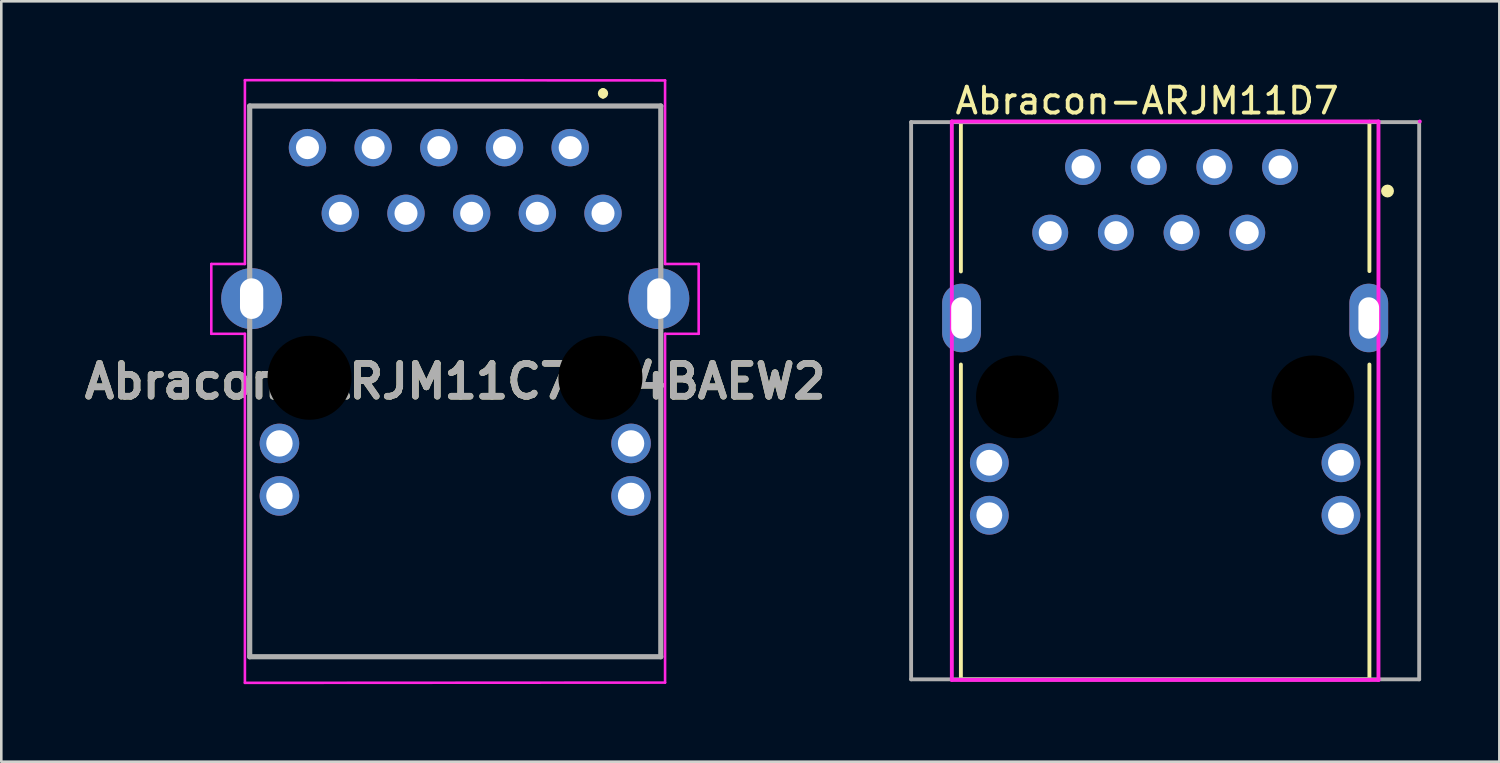
<source format=kicad_pcb>
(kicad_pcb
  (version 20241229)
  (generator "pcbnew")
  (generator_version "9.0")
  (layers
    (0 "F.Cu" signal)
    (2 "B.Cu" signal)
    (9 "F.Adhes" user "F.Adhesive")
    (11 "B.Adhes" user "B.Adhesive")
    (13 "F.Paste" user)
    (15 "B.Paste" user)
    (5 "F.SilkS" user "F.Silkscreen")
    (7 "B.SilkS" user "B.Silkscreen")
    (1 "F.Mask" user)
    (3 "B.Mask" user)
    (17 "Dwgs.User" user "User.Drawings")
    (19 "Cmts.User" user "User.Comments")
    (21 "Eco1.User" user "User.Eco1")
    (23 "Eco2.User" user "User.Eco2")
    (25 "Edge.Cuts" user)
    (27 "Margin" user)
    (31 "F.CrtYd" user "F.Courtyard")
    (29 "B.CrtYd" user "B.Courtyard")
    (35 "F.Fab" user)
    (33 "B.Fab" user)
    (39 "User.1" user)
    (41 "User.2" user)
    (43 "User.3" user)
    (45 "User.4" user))
  (footprint "Abracon-ARJM11C7114BAEW2"
    (layer "F.Cu")
    (at 20.272 2.66)
    (property "Reference" "Abracon-ARJM11C7114BAEW2" (at -5.715 9.04 0) (layer "F.SilkS") (effects (font (size 1.27 1.27) (thickness 0.254))))
    (attr through_hole)
    (fp_line (start -13.665 -1.61) (end 2.16 -1.61) (stroke (width 0.1) (type solid)) (layer "F.SilkS"))
    (fp_line (start -13.665 -1.5) (end -13.665 -1.61) (stroke (width 0.1) (type solid)) (layer "F.SilkS"))
    (fp_line (start -13.665 4) (end -13.665 -1.5) (stroke (width 0.1) (type solid)) (layer "F.SilkS"))
    (fp_line (start -13.665 7.5) (end -13.665 19.69) (stroke (width 0.1) (type solid)) (layer "F.SilkS"))
    (fp_line (start -13.665 19.69) (end 2.235 19.69) (stroke (width 0.1) (type solid)) (layer "F.SilkS"))
    (fp_line (start 0 -2.2) (end 0 -2.2) (stroke (width 0.2) (type solid)) (layer "F.SilkS"))
    (fp_line (start 0 -2) (end 0 -2) (stroke (width 0.2) (type solid)) (layer "F.SilkS"))
    (fp_line (start 2.16 -1.61) (end 2.235 -1.61) (stroke (width 0.1) (type solid)) (layer "F.SilkS"))
    (fp_line (start 2.235 -1.61) (end 2.235 4) (stroke (width 0.1) (type solid)) (layer "F.SilkS"))
    (fp_line (start 2.235 19.69) (end 2.235 7.5) (stroke (width 0.1) (type solid)) (layer "F.SilkS"))
    (fp_arc (start 0 -2.2) (mid 0.1 -2.1) (end 0 -2) (stroke (width 0.2) (type solid)) (layer "F.SilkS"))
    (fp_arc (start 0 -2) (mid -0.1 -2.1) (end 0 -2.2) (stroke (width 0.2) (type solid)) (layer "F.SilkS"))
    (fp_line (start -15.15 4.5) (end -15.15 7.2) (stroke (width 0.1) (type solid)) (layer "F.CrtYd"))
    (fp_line (start -15.15 4.5) (end -13.85 4.5) (stroke (width 0.1) (type default)) (layer "F.CrtYd"))
    (fp_line (start -15.15 7.2) (end -13.85 7.2) (stroke (width 0.1) (type default)) (layer "F.CrtYd"))
    (fp_line (start -13.85 -2.61) (end 2.4 -2.6) (stroke (width 0.1) (type solid)) (layer "F.CrtYd"))
    (fp_line (start -13.85 4.5) (end -13.85 -2.61) (stroke (width 0.1) (type solid)) (layer "F.CrtYd"))
    (fp_line (start -13.85 7.2) (end -13.85 20.7) (stroke (width 0.1) (type default)) (layer "F.CrtYd"))
    (fp_line (start 2.4 4.5) (end 2.4 -2.6) (stroke (width 0.1) (type solid)) (layer "F.CrtYd"))
    (fp_line (start 2.4 4.5) (end 3.7 4.5) (stroke (width 0.1) (type default)) (layer "F.CrtYd"))
    (fp_line (start 2.4 7.2) (end 2.4 20.69) (stroke (width 0.1) (type solid)) (layer "F.CrtYd"))
    (fp_line (start 2.4 7.2) (end 3.7 7.2) (stroke (width 0.1) (type default)) (layer "F.CrtYd"))
    (fp_line (start 2.4 20.69) (end -13.85 20.7) (stroke (width 0.1) (type solid)) (layer "F.CrtYd"))
    (fp_line (start 3.7 4.5) (end 3.7 7.2) (stroke (width 0.1) (type solid)) (layer "F.CrtYd"))
    (fp_line (start -13.665 -1.61) (end 2.235 -1.61) (stroke (width 0.2) (type solid)) (layer "F.Fab"))
    (fp_line (start -13.665 19.69) (end -13.665 -1.61) (stroke (width 0.2) (type solid)) (layer "F.Fab"))
    (fp_line (start 2.235 -1.61) (end 2.235 19.69) (stroke (width 0.2) (type solid)) (layer "F.Fab"))
    (fp_line (start 2.235 19.69) (end -13.665 19.69) (stroke (width 0.2) (type solid)) (layer "F.Fab"))
    (fp_text user "${REFERENCE}" (at -5.715 9.04 0) (layer "F.Fab") (effects (font (size 1.27 1.27) (thickness 0.254))))
    (pad "" np_thru_hole circle (at -11.35 8.9) (size 3.25 3.25) (drill 3.25) (layers "*.Mask"))
    (pad "" np_thru_hole circle (at -0.1 8.9) (size 3.25 3.25) (drill 3.25) (layers "*.Mask"))
    (pad "1" thru_hole circle (at 0 2.54) (size 1.446 1.446) (drill 0.89) (layers "*.Cu" "*.Mask"))
    (pad "2" thru_hole circle (at -1.27 0) (size 1.446 1.446) (drill 0.89) (layers "*.Cu" "*.Mask"))
    (pad "3" thru_hole circle (at -2.54 2.54) (size 1.446 1.446) (drill 0.89) (layers "*.Cu" "*.Mask"))
    (pad "4" thru_hole circle (at -3.81 0) (size 1.446 1.446) (drill 0.89) (layers "*.Cu" "*.Mask"))
    (pad "5" thru_hole circle (at -5.08 2.54) (size 1.446 1.446) (drill 0.89) (layers "*.Cu" "*.Mask"))
    (pad "6" thru_hole circle (at -6.35 0) (size 1.446 1.446) (drill 0.89) (layers "*.Cu" "*.Mask"))
    (pad "7" thru_hole circle (at -7.62 2.54) (size 1.446 1.446) (drill 0.89) (layers "*.Cu" "*.Mask"))
    (pad "8" thru_hole circle (at -8.89 0) (size 1.446 1.446) (drill 0.89) (layers "*.Cu" "*.Mask"))
    (pad "9" thru_hole circle (at -10.16 2.54) (size 1.446 1.446) (drill 0.89) (layers "*.Cu" "*.Mask"))
    (pad "10" thru_hole circle (at -11.43 0) (size 1.446 1.446) (drill 0.89) (layers "*.Cu" "*.Mask"))
    (pad "11" thru_hole circle (at 1.085 11.44) (size 1.53 1.53) (drill 1.02) (layers "*.Cu" "*.Mask"))
    (pad "12" thru_hole circle (at 1.085 13.47) (size 1.53 1.53) (drill 1.02) (layers "*.Cu" "*.Mask"))
    (pad "13" thru_hole circle (at -12.515 11.44) (size 1.53 1.53) (drill 1.02) (layers "*.Cu" "*.Mask"))
    (pad "14" thru_hole circle (at -12.515 13.47) (size 1.53 1.53) (drill 1.02) (layers "*.Cu" "*.Mask"))
    (pad "15" thru_hole circle (at -13.59 5.84) (size 2.355 2.355) (drill oval 0.9 1.57) (layers "*.Cu" "*.Mask"))
    (pad "15" thru_hole circle (at 2.16 5.84) (size 2.355 2.355) (drill oval 0.9 1.57) (layers "*.Cu" "*.Mask")))
  (footprint "Abracon-ARJM11D7"
    (layer "F.Cu")
    (at 42.013 12.448)
    (property "Reference" "Abracon-ARJM11D7" (at -8.2 -11.6 0) (layer "F.SilkS") (effects (font (size 1 1) (thickness 0.15)) (justify left)))
    (attr through_hole)
    (fp_line (start -7.9 -10.775) (end 7.9 -10.775) (stroke (width 0.15) (type solid)) (layer "F.SilkS"))
    (fp_line (start -7.9 -5) (end -7.9 -10.775) (stroke (width 0.15) (type solid)) (layer "F.SilkS"))
    (fp_line (start -7.9 10.775) (end -7.9 -1.4) (stroke (width 0.15) (type solid)) (layer "F.SilkS"))
    (fp_line (start -7.9 10.775) (end 7.9 10.775) (stroke (width 0.15) (type solid)) (layer "F.SilkS"))
    (fp_line (start 7.9 -5.013) (end 7.9 -10.787) (stroke (width 0.15) (type solid)) (layer "F.SilkS"))
    (fp_line (start 7.9 10.775) (end 7.9 -1.4) (stroke (width 0.15) (type solid)) (layer "F.SilkS"))
    (fp_circle (center 8.6 -8.11) (end 8.725 -8.11) (stroke (width 0.25) (type solid)) (fill no) (layer "F.SilkS"))
    (fp_line (start -8.25 -10.8) (end -8.25 10.8) (stroke (width 0.15) (type solid)) (layer "F.CrtYd"))
    (fp_line (start -8.25 10.8) (end 8.25 10.8) (stroke (width 0.15) (type solid)) (layer "F.CrtYd"))
    (fp_line (start 8.25 -10.8) (end -8.25 -10.8) (stroke (width 0.15) (type solid)) (layer "F.CrtYd"))
    (fp_line (start 8.25 10.8) (end 8.25 -10.8) (stroke (width 0.15) (type solid)) (layer "F.CrtYd"))
    (fp_line (start 9.85 -10.8) (end 9.85 -10.8) (stroke (width 0.15) (type solid)) (layer "F.CrtYd"))
    (fp_line (start -9.825 -10.775) (end 9.825 -10.775) (stroke (width 0.15) (type solid)) (layer "F.Fab"))
    (fp_line (start -9.825 10.775) (end -9.825 -10.775) (stroke (width 0.15) (type solid)) (layer "F.Fab"))
    (fp_line (start 9.825 -10.775) (end 9.825 10.775) (stroke (width 0.15) (type solid)) (layer "F.Fab"))
    (fp_line (start 9.825 10.775) (end -9.825 10.775) (stroke (width 0.15) (type solid)) (layer "F.Fab"))
    (pad "" np_thru_hole circle (at -5.715 -0.15) (size 3.25 3.25) (drill 3.2) (layers "*.Mask"))
    (pad "" np_thru_hole circle (at 5.715 -0.15) (size 3.25 3.25) (drill 3.2) (layers "*.Mask"))
    (pad "1" thru_hole circle (at 4.445 -9.04) (size 1.39 1.39) (drill 0.89) (layers "*.Cu" "*.Mask"))
    (pad "2" thru_hole circle (at 3.175 -6.5) (size 1.39 1.39) (drill 0.89) (layers "*.Cu" "*.Mask"))
    (pad "3" thru_hole circle (at 1.905 -9.04) (size 1.39 1.39) (drill 0.89) (layers "*.Cu" "*.Mask"))
    (pad "4" thru_hole circle (at 0.635 -6.5) (size 1.39 1.39) (drill 0.89) (layers "*.Cu" "*.Mask"))
    (pad "5" thru_hole circle (at -0.635 -9.04) (size 1.39 1.39) (drill 0.89) (layers "*.Cu" "*.Mask"))
    (pad "6" thru_hole circle (at -1.905 -6.5) (size 1.39 1.39) (drill 0.89) (layers "*.Cu" "*.Mask"))
    (pad "7" thru_hole circle (at -3.175 -9.04) (size 1.39 1.39) (drill 0.89) (layers "*.Cu" "*.Mask"))
    (pad "8" thru_hole circle (at -4.445 -6.5) (size 1.39 1.39) (drill 0.89) (layers "*.Cu" "*.Mask"))
    (pad "9" thru_hole circle (at -6.8 2.4) (size 1.5 1.5) (drill 1) (layers "*.Cu" "*.Mask"))
    (pad "10" thru_hole circle (at -6.8 4.43) (size 1.5 1.5) (drill 1) (layers "*.Cu" "*.Mask"))
    (pad "11" thru_hole circle (at 6.8 2.4) (size 1.5 1.5) (drill 1) (layers "*.Cu" "*.Mask"))
    (pad "12" thru_hole circle (at 6.8 4.43) (size 1.5 1.5) (drill 1) (layers "*.Cu" "*.Mask"))
    (pad "S1" thru_hole oval (at -7.875 -3.2) (size 1.5 2.65) (drill oval 0.8 1.6) (layers "*.Cu" "*.Mask"))
    (pad "S2" thru_hole oval (at 7.875 -3.2) (size 1.5 2.65) (drill oval 0.8 1.6) (layers "*.Cu" "*.Mask")))
  (gr_rect
    (start -3 -3)
    (end 54.938 26.41)
    (stroke (width 0.1) (type default))
    (fill no)
    (layer "Edge.Cuts")))
</source>
